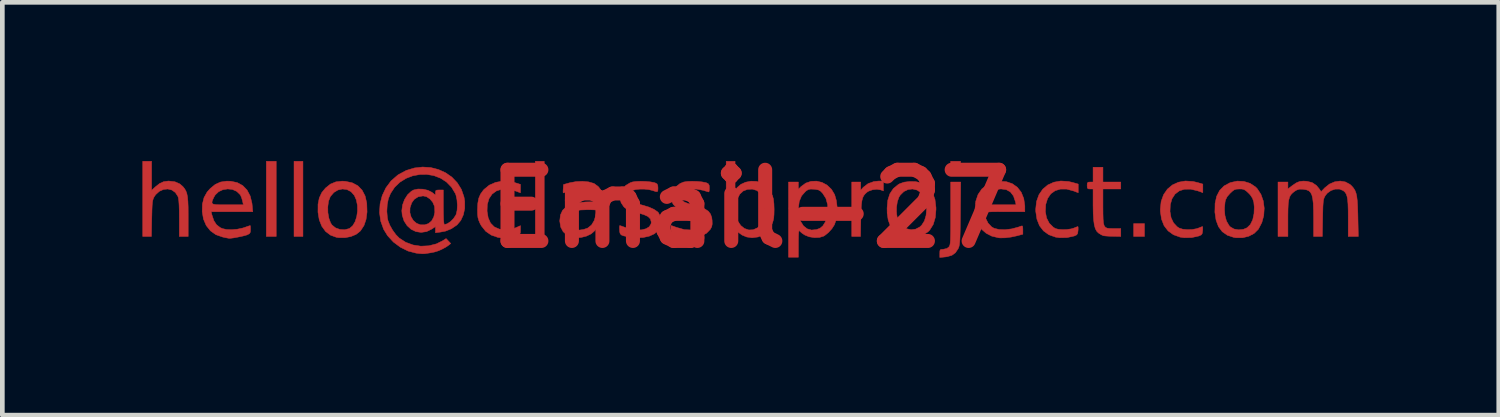
<source format=kicad_pcb>
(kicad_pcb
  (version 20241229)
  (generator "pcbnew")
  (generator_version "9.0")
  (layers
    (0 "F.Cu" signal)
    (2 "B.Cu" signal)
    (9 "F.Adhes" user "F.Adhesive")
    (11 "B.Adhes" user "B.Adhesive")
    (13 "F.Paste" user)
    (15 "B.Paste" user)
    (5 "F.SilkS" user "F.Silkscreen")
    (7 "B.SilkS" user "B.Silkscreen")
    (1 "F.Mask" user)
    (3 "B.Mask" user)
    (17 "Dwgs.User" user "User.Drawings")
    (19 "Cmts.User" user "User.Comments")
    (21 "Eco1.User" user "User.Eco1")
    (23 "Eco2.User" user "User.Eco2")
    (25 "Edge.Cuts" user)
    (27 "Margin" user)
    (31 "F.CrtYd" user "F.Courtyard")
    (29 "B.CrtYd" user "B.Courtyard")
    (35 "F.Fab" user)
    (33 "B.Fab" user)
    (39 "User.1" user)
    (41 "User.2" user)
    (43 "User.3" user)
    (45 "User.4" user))
  (footprint "Email-27"
    (layer "F.Cu")
    (at 13.001 1.418)
    (property "Reference" "Email-27" (at 0 0 0) (layer "F.Cu") (effects (font (size 1.524 1.524) (thickness 0.3))))
    (attr through_hole)
    (fp_poly (pts (xy -10.139 0.593) (xy -10.351 0.593) (xy -10.351 -1.016) (xy -10.139 -1.016) (xy -10.139 0.593)) (stroke (width 0.01) (type solid)) (fill yes) (layer "F.Cu"))
    (fp_poly (pts (xy -9.567 0.593) (xy -9.758 0.593) (xy -9.758 -1.016) (xy -9.567 -1.016) (xy -9.567 0.593)) (stroke (width 0.01) (type solid)) (fill yes) (layer "F.Cu"))
    (fp_poly (pts (xy -4.403 0.593) (xy -4.593 0.593) (xy -4.593 -1.016) (xy -4.403 -1.016) (xy -4.403 0.593)) (stroke (width 0.01) (type solid)) (fill yes) (layer "F.Cu"))
    (fp_poly (pts (xy 4.508 -0.762) (xy 4.297 -0.762) (xy 4.297 -1.016) (xy 4.508 -1.016) (xy 4.508 -0.762)) (stroke (width 0.01) (type solid)) (fill yes) (layer "F.Cu"))
    (fp_poly (pts (xy 8.445 0.593) (xy 8.213 0.593) (xy 8.213 0.318) (xy 8.445 0.318) (xy 8.445 0.593)) (stroke (width 0.01) (type solid)) (fill yes) (layer "F.Cu"))
    (fp_poly (pts (xy 2.857 -0.382) (xy 2.799 -0.404) (xy 2.719 -0.417) (xy 2.626 -0.407) (xy 2.541 -0.377) (xy 2.509 -0.357) (xy 2.468 -0.32) (xy 2.436 -0.281) (xy 2.413 -0.233) (xy 2.397 -0.17) (xy 2.386 -0.084) (xy 2.379 0.03) (xy 2.375 0.179) (xy 2.374 0.206) (xy 2.367 0.593) (xy 2.18 0.593) (xy 2.18 -0.572) (xy 2.371 -0.572) (xy 2.371 -0.398) (xy 2.43 -0.462) (xy 2.53 -0.538) (xy 2.652 -0.582) (xy 2.754 -0.593) (xy 2.857 -0.593) (xy 2.857 -0.382)) (stroke (width 0.01) (type solid)) (fill yes) (layer "F.Cu"))
    (fp_poly (pts (xy 4.505 0.101) (xy 4.503 0.289) (xy 4.501 0.439) (xy 4.498 0.557) (xy 4.495 0.648) (xy 4.49 0.715) (xy 4.484 0.765) (xy 4.477 0.802) (xy 4.467 0.831) (xy 4.456 0.856) (xy 4.398 0.942) (xy 4.323 0.996) (xy 4.222 1.026) (xy 4.184 1.031) (xy 4.064 1.043) (xy 4.064 0.955) (xy 4.066 0.9) (xy 4.079 0.875) (xy 4.113 0.868) (xy 4.137 0.868) (xy 4.216 0.85) (xy 4.254 0.822) (xy 4.266 0.807) (xy 4.275 0.789) (xy 4.283 0.763) (xy 4.288 0.725) (xy 4.292 0.669) (xy 4.294 0.591) (xy 4.296 0.486) (xy 4.297 0.351) (xy 4.297 0.179) (xy 4.297 0.102) (xy 4.297 -0.572) (xy 4.512 -0.572) (xy 4.505 0.101)) (stroke (width 0.01) (type solid)) (fill yes) (layer "F.Cu"))
    (fp_poly (pts (xy 7.556 -0.572) (xy 7.938 -0.572) (xy 7.938 -0.423) (xy 7.556 -0.423) (xy 7.556 -0.047) (xy 7.557 0.105) (xy 7.56 0.221) (xy 7.567 0.304) (xy 7.582 0.361) (xy 7.607 0.396) (xy 7.644 0.415) (xy 7.695 0.422) (xy 7.764 0.423) (xy 7.78 0.423) (xy 7.938 0.423) (xy 7.938 0.593) (xy 7.773 0.59) (xy 7.689 0.588) (xy 7.617 0.583) (xy 7.571 0.578) (xy 7.567 0.577) (xy 7.522 0.558) (xy 7.468 0.524) (xy 7.458 0.517) (xy 7.421 0.479) (xy 7.392 0.423) (xy 7.371 0.345) (xy 7.357 0.241) (xy 7.348 0.105) (xy 7.345 -0.067) (xy 7.345 -0.113) (xy 7.345 -0.423) (xy 7.281 -0.423) (xy 7.239 -0.427) (xy 7.221 -0.448) (xy 7.218 -0.497) (xy 7.221 -0.547) (xy 7.239 -0.568) (xy 7.281 -0.572) (xy 7.345 -0.572) (xy 7.345 -0.889) (xy 7.556 -0.889) (xy 7.556 -0.572)) (stroke (width 0.01) (type solid)) (fill yes) (layer "F.Cu"))
    (fp_poly (pts (xy -12.806 -0.394) (xy -12.726 -0.468) (xy -12.635 -0.54) (xy -12.547 -0.58) (xy -12.446 -0.593) (xy -12.438 -0.593) (xy -12.308 -0.578) (xy -12.203 -0.532) (xy -12.137 -0.475) (xy -12.101 -0.43) (xy -12.073 -0.383) (xy -12.052 -0.326) (xy -12.038 -0.254) (xy -12.029 -0.159) (xy -12.024 -0.038) (xy -12.023 0.119) (xy -12.023 0.177) (xy -12.023 0.593) (xy -12.213 0.593) (xy -12.213 0.2) (xy -12.214 0.041) (xy -12.218 -0.081) (xy -12.224 -0.17) (xy -12.233 -0.231) (xy -12.242 -0.262) (xy -12.297 -0.347) (xy -12.372 -0.401) (xy -12.46 -0.423) (xy -12.552 -0.413) (xy -12.641 -0.373) (xy -12.72 -0.301) (xy -12.752 -0.254) (xy -12.767 -0.223) (xy -12.779 -0.187) (xy -12.788 -0.14) (xy -12.794 -0.073) (xy -12.798 0.018) (xy -12.801 0.143) (xy -12.803 0.206) (xy -12.81 0.593) (xy -12.996 0.593) (xy -12.996 -1.016) (xy -12.806 -1.016) (xy -12.806 -0.394)) (stroke (width 0.01) (type solid)) (fill yes) (layer "F.Cu"))
    (fp_poly (pts (xy -5.138 -0.584) (xy -5.024 -0.557) (xy -4.911 -0.521) (xy -4.911 -0.342) (xy -5.027 -0.383) (xy -5.177 -0.419) (xy -5.311 -0.418) (xy -5.426 -0.382) (xy -5.518 -0.314) (xy -5.584 -0.217) (xy -5.621 -0.091) (xy -5.626 0.05) (xy -5.602 0.195) (xy -5.551 0.308) (xy -5.472 0.388) (xy -5.367 0.435) (xy -5.243 0.45) (xy -5.092 0.434) (xy -5.01 0.406) (xy -4.911 0.362) (xy -4.911 0.455) (xy -4.913 0.51) (xy -4.925 0.541) (xy -4.959 0.562) (xy -5.011 0.579) (xy -5.171 0.616) (xy -5.319 0.623) (xy -5.391 0.614) (xy -5.536 0.564) (xy -5.655 0.482) (xy -5.747 0.367) (xy -5.773 0.321) (xy -5.803 0.252) (xy -5.821 0.191) (xy -5.829 0.119) (xy -5.831 0.022) (xy -5.831 0.021) (xy -5.824 -0.117) (xy -5.804 -0.225) (xy -5.766 -0.314) (xy -5.706 -0.397) (xy -5.689 -0.415) (xy -5.579 -0.505) (xy -5.445 -0.564) (xy -5.296 -0.591) (xy -5.138 -0.584)) (stroke (width 0.01) (type solid)) (fill yes) (layer "F.Cu"))
    (fp_poly (pts (xy 9.484 -0.584) (xy 9.585 -0.56) (xy 9.694 -0.528) (xy 9.694 -0.345) (xy 9.583 -0.384) (xy 9.435 -0.419) (xy 9.302 -0.418) (xy 9.19 -0.383) (xy 9.099 -0.314) (xy 9.034 -0.214) (xy 8.998 -0.088) (xy 8.991 0.058) (xy 9.014 0.19) (xy 9.066 0.301) (xy 9.144 0.385) (xy 9.191 0.415) (xy 9.265 0.438) (xy 9.363 0.447) (xy 9.468 0.444) (xy 9.564 0.426) (xy 9.599 0.414) (xy 9.651 0.393) (xy 9.683 0.382) (xy 9.688 0.381) (xy 9.692 0.4) (xy 9.692 0.447) (xy 9.69 0.469) (xy 9.682 0.527) (xy 9.661 0.559) (xy 9.616 0.58) (xy 9.609 0.583) (xy 9.455 0.617) (xy 9.295 0.62) (xy 9.207 0.607) (xy 9.065 0.556) (xy 8.951 0.474) (xy 8.865 0.363) (xy 8.81 0.223) (xy 8.785 0.057) (xy 8.784 0.009) (xy 8.802 -0.157) (xy 8.854 -0.301) (xy 8.935 -0.419) (xy 9.042 -0.509) (xy 9.172 -0.568) (xy 9.32 -0.594) (xy 9.484 -0.584)) (stroke (width 0.01) (type solid)) (fill yes) (layer "F.Cu"))
    (fp_poly (pts (xy 6.817 -0.584) (xy 6.918 -0.56) (xy 7.027 -0.528) (xy 7.027 -0.343) (xy 6.921 -0.383) (xy 6.777 -0.421) (xy 6.647 -0.421) (xy 6.533 -0.387) (xy 6.44 -0.32) (xy 6.372 -0.221) (xy 6.332 -0.094) (xy 6.331 -0.086) (xy 6.324 0.064) (xy 6.349 0.197) (xy 6.407 0.31) (xy 6.494 0.396) (xy 6.538 0.423) (xy 6.6 0.44) (xy 6.687 0.447) (xy 6.784 0.444) (xy 6.875 0.431) (xy 6.932 0.414) (xy 6.984 0.393) (xy 7.016 0.382) (xy 7.021 0.381) (xy 7.025 0.4) (xy 7.025 0.447) (xy 7.023 0.469) (xy 7.015 0.527) (xy 6.994 0.559) (xy 6.949 0.58) (xy 6.942 0.583) (xy 6.788 0.617) (xy 6.628 0.62) (xy 6.54 0.607) (xy 6.398 0.556) (xy 6.284 0.474) (xy 6.198 0.363) (xy 6.143 0.223) (xy 6.118 0.057) (xy 6.117 0.009) (xy 6.135 -0.157) (xy 6.187 -0.301) (xy 6.268 -0.419) (xy 6.375 -0.509) (xy 6.505 -0.568) (xy 6.653 -0.594) (xy 6.817 -0.584)) (stroke (width 0.01) (type solid)) (fill yes) (layer "F.Cu"))
    (fp_poly (pts (xy 3.54 -0.581) (xy 3.652 -0.56) (xy 3.719 -0.534) (xy 3.829 -0.453) (xy 3.91 -0.342) (xy 3.961 -0.2) (xy 3.982 -0.029) (xy 3.983 0.011) (xy 3.968 0.187) (xy 3.924 0.335) (xy 3.85 0.454) (xy 3.812 0.493) (xy 3.696 0.57) (xy 3.561 0.614) (xy 3.417 0.622) (xy 3.351 0.613) (xy 3.23 0.576) (xy 3.132 0.514) (xy 3.063 0.444) (xy 2.999 0.349) (xy 2.959 0.238) (xy 2.939 0.101) (xy 2.938 0.089) (xy 3.137 0.089) (xy 3.153 0.187) (xy 3.199 0.295) (xy 3.269 0.376) (xy 3.355 0.428) (xy 3.449 0.449) (xy 3.545 0.437) (xy 3.636 0.39) (xy 3.676 0.353) (xy 3.735 0.26) (xy 3.77 0.143) (xy 3.782 0.013) (xy 3.769 -0.119) (xy 3.731 -0.242) (xy 3.722 -0.26) (xy 3.658 -0.347) (xy 3.575 -0.401) (xy 3.482 -0.423) (xy 3.386 -0.412) (xy 3.296 -0.369) (xy 3.219 -0.294) (xy 3.188 -0.244) (xy 3.155 -0.149) (xy 3.138 -0.032) (xy 3.137 0.089) (xy 2.938 0.089) (xy 2.936 -0.013) (xy 2.951 -0.181) (xy 2.995 -0.319) (xy 3.068 -0.43) (xy 3.172 -0.516) (xy 3.207 -0.536) (xy 3.301 -0.569) (xy 3.417 -0.583) (xy 3.54 -0.581)) (stroke (width 0.01) (type solid)) (fill yes) (layer "F.Cu"))
    (fp_poly (pts (xy -8.66 -0.587) (xy -8.513 -0.556) (xy -8.393 -0.493) (xy -8.301 -0.398) (xy -8.236 -0.273) (xy -8.201 -0.119) (xy -8.195 0.063) (xy -8.195 0.07) (xy -8.216 0.228) (xy -8.26 0.358) (xy -8.332 0.468) (xy -8.347 0.484) (xy -8.43 0.549) (xy -8.541 0.595) (xy -8.667 0.619) (xy -8.797 0.619) (xy -8.848 0.612) (xy -8.975 0.566) (xy -9.081 0.487) (xy -9.163 0.375) (xy -9.218 0.237) (xy -9.245 0.073) (xy -9.245 0.067) (xy -9.244 -0.044) (xy -9.035 -0.044) (xy -9.033 0.082) (xy -9.012 0.202) (xy -8.974 0.305) (xy -8.946 0.347) (xy -8.872 0.408) (xy -8.776 0.443) (xy -8.673 0.449) (xy -8.575 0.424) (xy -8.568 0.42) (xy -8.502 0.364) (xy -8.451 0.278) (xy -8.416 0.17) (xy -8.399 0.05) (xy -8.401 -0.073) (xy -8.424 -0.188) (xy -8.467 -0.286) (xy -8.537 -0.365) (xy -8.625 -0.411) (xy -8.721 -0.423) (xy -8.817 -0.402) (xy -8.905 -0.349) (xy -8.978 -0.264) (xy -8.982 -0.258) (xy -9.019 -0.162) (xy -9.035 -0.044) (xy -9.244 -0.044) (xy -9.244 -0.097) (xy -9.217 -0.232) (xy -9.163 -0.347) (xy -9.084 -0.443) (xy -8.978 -0.528) (xy -8.861 -0.576) (xy -8.726 -0.591) (xy -8.66 -0.587)) (stroke (width 0.01) (type solid)) (fill yes) (layer "F.Cu"))
    (fp_poly (pts (xy -0.318 -0.396) (xy -0.272 -0.455) (xy -0.194 -0.522) (xy -0.092 -0.568) (xy 0.024 -0.59) (xy 0.139 -0.586) (xy 0.218 -0.564) (xy 0.284 -0.522) (xy 0.357 -0.455) (xy 0.425 -0.374) (xy 0.476 -0.292) (xy 0.483 -0.278) (xy 0.503 -0.209) (xy 0.514 -0.108) (xy 0.518 0.011) (xy 0.516 0.118) (xy 0.51 0.196) (xy 0.497 0.258) (xy 0.476 0.317) (xy 0.47 0.331) (xy 0.393 0.456) (xy 0.295 0.548) (xy 0.179 0.603) (xy 0.048 0.621) (xy -0.07 0.604) (xy -0.168 0.563) (xy -0.245 0.507) (xy -0.318 0.436) (xy -0.318 0.593) (xy -0.508 0.593) (xy -0.508 0.028) (xy -0.311 0.028) (xy -0.298 0.151) (xy -0.258 0.268) (xy -0.195 0.36) (xy -0.116 0.423) (xy -0.025 0.454) (xy 0.07 0.45) (xy 0.164 0.407) (xy 0.169 0.404) (xy 0.238 0.331) (xy 0.287 0.233) (xy 0.315 0.119) (xy 0.322 -0.003) (xy 0.31 -0.123) (xy 0.277 -0.234) (xy 0.225 -0.325) (xy 0.154 -0.388) (xy 0.147 -0.392) (xy 0.052 -0.42) (xy -0.052 -0.415) (xy -0.144 -0.38) (xy -0.215 -0.314) (xy -0.268 -0.218) (xy -0.301 -0.101) (xy -0.311 0.028) (xy -0.508 0.028) (xy -0.508 -1.016) (xy -0.318 -1.016) (xy -0.318 -0.396)) (stroke (width 0.01) (type solid)) (fill yes) (layer "F.Cu"))
    (fp_poly (pts (xy 10.573 -0.585) (xy 10.705 -0.544) (xy 10.819 -0.469) (xy 10.859 -0.429) (xy 10.938 -0.308) (xy 10.988 -0.166) (xy 11.008 -0.012) (xy 10.998 0.145) (xy 10.957 0.296) (xy 10.886 0.432) (xy 10.878 0.443) (xy 10.792 0.528) (xy 10.678 0.588) (xy 10.547 0.62) (xy 10.407 0.621) (xy 10.357 0.613) (xy 10.219 0.567) (xy 10.11 0.491) (xy 10.029 0.383) (xy 9.977 0.244) (xy 9.952 0.073) (xy 9.952 0.07) (xy 9.954 0.003) (xy 10.156 0.003) (xy 10.167 0.143) (xy 10.2 0.264) (xy 10.255 0.359) (xy 10.283 0.389) (xy 10.363 0.434) (xy 10.46 0.451) (xy 10.56 0.441) (xy 10.641 0.407) (xy 10.712 0.337) (xy 10.762 0.235) (xy 10.789 0.108) (xy 10.79 0.096) (xy 10.795 -0.038) (xy 10.785 -0.141) (xy 10.758 -0.223) (xy 10.71 -0.296) (xy 10.678 -0.33) (xy 10.622 -0.382) (xy 10.579 -0.41) (xy 10.532 -0.422) (xy 10.477 -0.423) (xy 10.415 -0.42) (xy 10.369 -0.407) (xy 10.325 -0.375) (xy 10.278 -0.331) (xy 10.215 -0.259) (xy 10.181 -0.191) (xy 10.17 -0.146) (xy 10.156 0.003) (xy 9.954 0.003) (xy 9.956 -0.114) (xy 9.99 -0.268) (xy 10.054 -0.392) (xy 10.148 -0.488) (xy 10.272 -0.555) (xy 10.288 -0.561) (xy 10.431 -0.592) (xy 10.573 -0.585)) (stroke (width 0.01) (type solid)) (fill yes) (layer "F.Cu"))
    (fp_poly (pts (xy 1.545 -0.563) (xy 1.653 -0.504) (xy 1.745 -0.416) (xy 1.814 -0.301) (xy 1.815 -0.296) (xy 1.849 -0.179) (xy 1.866 -0.043) (xy 1.864 0.099) (xy 1.846 0.231) (xy 1.81 0.34) (xy 1.807 0.345) (xy 1.753 0.429) (xy 1.679 0.51) (xy 1.602 0.572) (xy 1.579 0.586) (xy 1.488 0.614) (xy 1.379 0.618) (xy 1.268 0.6) (xy 1.176 0.563) (xy 1.117 0.524) (xy 1.073 0.486) (xy 1.06 0.471) (xy 1.051 0.469) (xy 1.044 0.503) (xy 1.04 0.573) (xy 1.038 0.683) (xy 1.038 0.736) (xy 1.037 1.037) (xy 0.826 1.037) (xy 0.826 0.002) (xy 1.038 0.002) (xy 1.05 0.152) (xy 1.088 0.274) (xy 1.147 0.368) (xy 1.224 0.429) (xy 1.318 0.456) (xy 1.424 0.446) (xy 1.499 0.418) (xy 1.56 0.368) (xy 1.612 0.285) (xy 1.649 0.18) (xy 1.667 0.073) (xy 1.664 -0.086) (xy 1.627 -0.221) (xy 1.557 -0.331) (xy 1.511 -0.378) (xy 1.466 -0.403) (xy 1.404 -0.415) (xy 1.374 -0.418) (xy 1.302 -0.421) (xy 1.254 -0.413) (xy 1.211 -0.388) (xy 1.187 -0.368) (xy 1.105 -0.275) (xy 1.056 -0.158) (xy 1.038 -0.014) (xy 1.038 0.002) (xy 0.826 0.002) (xy 0.826 -0.572) (xy 1.037 -0.572) (xy 1.037 -0.418) (xy 1.095 -0.475) (xy 1.196 -0.549) (xy 1.309 -0.587) (xy 1.428 -0.591) (xy 1.545 -0.563)) (stroke (width 0.01) (type solid)) (fill yes) (layer "F.Cu"))
    (fp_poly (pts (xy -11.115 -0.589) (xy -10.974 -0.56) (xy -10.856 -0.496) (xy -10.763 -0.4) (xy -10.696 -0.273) (xy -10.658 -0.118) (xy -10.654 -0.079) (xy -10.641 0.064) (xy -11.531 0.064) (xy -11.515 0.132) (xy -11.474 0.254) (xy -11.417 0.342) (xy -11.337 0.404) (xy -11.292 0.424) (xy -11.205 0.444) (xy -11.094 0.448) (xy -10.973 0.438) (xy -10.859 0.414) (xy -10.827 0.404) (xy -10.761 0.381) (xy -10.713 0.365) (xy -10.695 0.36) (xy -10.691 0.379) (xy -10.689 0.426) (xy -10.689 0.444) (xy -10.693 0.501) (xy -10.713 0.533) (xy -10.759 0.558) (xy -10.761 0.559) (xy -10.811 0.574) (xy -10.885 0.592) (xy -10.97 0.609) (xy -11.052 0.624) (xy -11.117 0.632) (xy -11.148 0.633) (xy -11.177 0.628) (xy -11.233 0.617) (xy -11.287 0.605) (xy -11.43 0.555) (xy -11.547 0.472) (xy -11.637 0.359) (xy -11.696 0.221) (xy -11.723 0.061) (xy -11.719 -0.101) (xy -11.707 -0.146) (xy -11.514 -0.146) (xy -11.511 -0.117) (xy -11.487 -0.099) (xy -11.437 -0.089) (xy -11.356 -0.085) (xy -11.239 -0.085) (xy -11.178 -0.085) (xy -10.842 -0.085) (xy -10.861 -0.172) (xy -10.881 -0.239) (xy -10.905 -0.293) (xy -10.911 -0.302) (xy -10.984 -0.372) (xy -11.076 -0.413) (xy -11.178 -0.424) (xy -11.28 -0.408) (xy -11.372 -0.365) (xy -11.445 -0.295) (xy -11.473 -0.247) (xy -11.5 -0.189) (xy -11.514 -0.146) (xy -11.707 -0.146) (xy -11.684 -0.239) (xy -11.617 -0.359) (xy -11.549 -0.435) (xy -11.442 -0.522) (xy -11.329 -0.572) (xy -11.201 -0.591) (xy -11.115 -0.589)) (stroke (width 0.01) (type solid)) (fill yes) (layer "F.Cu"))
    (fp_poly (pts (xy 5.486 -0.58) (xy 5.616 -0.536) (xy 5.724 -0.459) (xy 5.807 -0.353) (xy 5.861 -0.22) (xy 5.884 -0.065) (xy 5.884 -0.039) (xy 5.884 0.064) (xy 5.45 0.064) (xy 5.301 0.063) (xy 5.188 0.064) (xy 5.109 0.068) (xy 5.057 0.075) (xy 5.029 0.088) (xy 5.019 0.108) (xy 5.023 0.137) (xy 5.035 0.175) (xy 5.041 0.193) (xy 5.097 0.307) (xy 5.173 0.388) (xy 5.226 0.418) (xy 5.331 0.444) (xy 5.46 0.448) (xy 5.602 0.431) (xy 5.745 0.393) (xy 5.805 0.371) (xy 5.828 0.367) (xy 5.839 0.386) (xy 5.842 0.437) (xy 5.842 0.45) (xy 5.842 0.545) (xy 5.72 0.578) (xy 5.591 0.606) (xy 5.464 0.622) (xy 5.356 0.624) (xy 5.323 0.621) (xy 5.176 0.586) (xy 5.056 0.524) (xy 4.968 0.448) (xy 4.896 0.358) (xy 4.85 0.267) (xy 4.825 0.162) (xy 4.817 0.031) (xy 4.817 0.011) (xy 4.829 -0.108) (xy 5.023 -0.108) (xy 5.033 -0.098) (xy 5.06 -0.091) (xy 5.109 -0.087) (xy 5.186 -0.085) (xy 5.298 -0.085) (xy 5.355 -0.085) (xy 5.697 -0.085) (xy 5.682 -0.153) (xy 5.641 -0.274) (xy 5.576 -0.359) (xy 5.487 -0.409) (xy 5.375 -0.424) (xy 5.282 -0.414) (xy 5.206 -0.385) (xy 5.133 -0.334) (xy 5.075 -0.271) (xy 5.049 -0.217) (xy 5.035 -0.159) (xy 5.025 -0.122) (xy 5.023 -0.108) (xy 4.829 -0.108) (xy 4.834 -0.16) (xy 4.883 -0.305) (xy 4.963 -0.422) (xy 5.071 -0.51) (xy 5.207 -0.566) (xy 5.337 -0.588) (xy 5.486 -0.58)) (stroke (width 0.01) (type solid)) (fill yes) (layer "F.Cu"))
    (fp_poly (pts (xy -2.233 -0.585) (xy -2.13 -0.575) (xy -2.049 -0.56) (xy -2.027 -0.553) (xy -1.988 -0.532) (xy -1.972 -0.498) (xy -1.968 -0.445) (xy -1.97 -0.392) (xy -1.981 -0.367) (xy -2.011 -0.367) (xy -2.07 -0.386) (xy -2.085 -0.391) (xy -2.163 -0.41) (xy -2.258 -0.42) (xy -2.356 -0.42) (xy -2.442 -0.412) (xy -2.497 -0.396) (xy -2.553 -0.35) (xy -2.586 -0.288) (xy -2.588 -0.23) (xy -2.564 -0.187) (xy -2.512 -0.149) (xy -2.428 -0.114) (xy -2.315 -0.081) (xy -2.166 -0.037) (xy -2.055 0.012) (xy -1.976 0.066) (xy -1.958 0.085) (xy -1.928 0.144) (xy -1.914 0.226) (xy -1.915 0.318) (xy -1.933 0.403) (xy -1.96 0.459) (xy -2.041 0.534) (xy -2.153 0.586) (xy -2.289 0.616) (xy -2.443 0.619) (xy -2.523 0.611) (xy -2.631 0.595) (xy -2.704 0.58) (xy -2.75 0.562) (xy -2.775 0.537) (xy -2.786 0.501) (xy -2.79 0.459) (xy -2.792 0.401) (xy -2.789 0.365) (xy -2.785 0.36) (xy -2.761 0.367) (xy -2.711 0.385) (xy -2.673 0.399) (xy -2.545 0.438) (xy -2.422 0.455) (xy -2.313 0.451) (xy -2.221 0.427) (xy -2.154 0.385) (xy -2.117 0.325) (xy -2.111 0.287) (xy -2.129 0.219) (xy -2.183 0.165) (xy -2.276 0.123) (xy -2.306 0.115) (xy -2.434 0.078) (xy -2.529 0.049) (xy -2.597 0.024) (xy -2.645 0.001) (xy -2.679 -0.024) (xy -2.699 -0.042) (xy -2.758 -0.131) (xy -2.781 -0.229) (xy -2.77 -0.328) (xy -2.728 -0.42) (xy -2.658 -0.499) (xy -2.561 -0.557) (xy -2.515 -0.573) (xy -2.441 -0.584) (xy -2.341 -0.588) (xy -2.233 -0.585)) (stroke (width 0.01) (type solid)) (fill yes) (layer "F.Cu"))
    (fp_poly (pts (xy 12.745 -0.574) (xy 12.844 -0.521) (xy 12.884 -0.484) (xy 12.922 -0.439) (xy 12.951 -0.391) (xy 12.973 -0.334) (xy 12.989 -0.262) (xy 13 -0.168) (xy 13.007 -0.047) (xy 13.012 0.109) (xy 13.013 0.164) (xy 13.022 0.593) (xy 12.806 0.593) (xy 12.806 0.19) (xy 12.805 0.026) (xy 12.801 -0.1) (xy 12.793 -0.196) (xy 12.78 -0.267) (xy 12.761 -0.319) (xy 12.735 -0.357) (xy 12.701 -0.387) (xy 12.698 -0.389) (xy 12.618 -0.421) (xy 12.527 -0.42) (xy 12.436 -0.39) (xy 12.357 -0.333) (xy 12.317 -0.283) (xy 12.299 -0.252) (xy 12.286 -0.22) (xy 12.276 -0.181) (xy 12.27 -0.128) (xy 12.265 -0.053) (xy 12.262 0.05) (xy 12.259 0.189) (xy 12.259 0.196) (xy 12.252 0.593) (xy 12.065 0.593) (xy 12.065 0.206) (xy 12.063 0.029) (xy 12.058 -0.111) (xy 12.046 -0.217) (xy 12.027 -0.296) (xy 11.999 -0.35) (xy 11.961 -0.386) (xy 11.909 -0.406) (xy 11.844 -0.417) (xy 11.838 -0.418) (xy 11.762 -0.419) (xy 11.704 -0.401) (xy 11.665 -0.378) (xy 11.616 -0.34) (xy 11.579 -0.301) (xy 11.552 -0.253) (xy 11.534 -0.19) (xy 11.522 -0.106) (xy 11.517 0.005) (xy 11.515 0.151) (xy 11.515 0.206) (xy 11.515 0.593) (xy 11.303 0.593) (xy 11.303 -0.572) (xy 11.515 -0.572) (xy 11.515 -0.424) (xy 11.612 -0.498) (xy 11.694 -0.554) (xy 11.767 -0.584) (xy 11.847 -0.592) (xy 11.92 -0.588) (xy 12.034 -0.56) (xy 12.126 -0.498) (xy 12.182 -0.43) (xy 12.226 -0.366) (xy 12.303 -0.447) (xy 12.405 -0.529) (xy 12.518 -0.577) (xy 12.634 -0.593) (xy 12.745 -0.574)) (stroke (width 0.01) (type solid)) (fill yes) (layer "F.Cu"))
    (fp_poly (pts (xy -3.454 -0.575) (xy -3.346 -0.544) (xy -3.332 -0.538) (xy -3.243 -0.472) (xy -3.17 -0.375) (xy -3.121 -0.256) (xy -3.112 -0.214) (xy -3.104 -0.153) (xy -3.098 -0.06) (xy -3.093 0.054) (xy -3.091 0.18) (xy -3.09 0.246) (xy -3.09 0.593) (xy -3.281 0.593) (xy -3.281 0.418) (xy -3.323 0.472) (xy -3.398 0.537) (xy -3.5 0.586) (xy -3.616 0.615) (xy -3.734 0.621) (xy -3.795 0.612) (xy -3.911 0.566) (xy -3.997 0.492) (xy -4.05 0.392) (xy -4.07 0.266) (xy -4.07 0.252) (xy -4.069 0.249) (xy -3.873 0.249) (xy -3.854 0.33) (xy -3.803 0.4) (xy -3.732 0.446) (xy -3.715 0.451) (xy -3.644 0.456) (xy -3.558 0.443) (xy -3.478 0.416) (xy -3.468 0.411) (xy -3.39 0.348) (xy -3.332 0.251) (xy -3.302 0.147) (xy -3.29 0.084) (xy -3.282 0.04) (xy -3.281 0.029) (xy -3.3 0.026) (xy -3.353 0.023) (xy -3.43 0.021) (xy -3.483 0.021) (xy -3.625 0.026) (xy -3.73 0.044) (xy -3.804 0.076) (xy -3.849 0.125) (xy -3.87 0.194) (xy -3.873 0.249) (xy -4.069 0.249) (xy -4.055 0.133) (xy -4.011 0.036) (xy -3.937 -0.038) (xy -3.831 -0.093) (xy -3.691 -0.128) (xy -3.514 -0.146) (xy -3.415 -0.148) (xy -3.285 -0.148) (xy -3.302 -0.223) (xy -3.32 -0.281) (xy -3.341 -0.324) (xy -3.343 -0.327) (xy -3.411 -0.378) (xy -3.507 -0.41) (xy -3.622 -0.421) (xy -3.747 -0.412) (xy -3.868 -0.381) (xy -3.933 -0.359) (xy -3.979 -0.343) (xy -3.996 -0.339) (xy -3.999 -0.357) (xy -3.998 -0.405) (xy -3.996 -0.428) (xy -3.99 -0.518) (xy -3.852 -0.557) (xy -3.721 -0.581) (xy -3.583 -0.587) (xy -3.454 -0.575)) (stroke (width 0.01) (type solid)) (fill yes) (layer "F.Cu"))
    (fp_poly (pts (xy -1.131 -0.585) (xy -1.027 -0.575) (xy -0.946 -0.56) (xy -0.926 -0.553) (xy -0.888 -0.532) (xy -0.871 -0.498) (xy -0.868 -0.445) (xy -0.87 -0.392) (xy -0.877 -0.362) (xy -0.88 -0.36) (xy -0.905 -0.366) (xy -0.957 -0.381) (xy -0.996 -0.394) (xy -1.133 -0.419) (xy -1.247 -0.42) (xy -1.355 -0.407) (xy -1.427 -0.379) (xy -1.468 -0.335) (xy -1.482 -0.27) (xy -1.482 -0.262) (xy -1.474 -0.212) (xy -1.447 -0.173) (xy -1.394 -0.139) (xy -1.311 -0.108) (xy -1.214 -0.081) (xy -1.071 -0.04) (xy -0.965 0.004) (xy -0.89 0.053) (xy -0.843 0.114) (xy -0.817 0.188) (xy -0.809 0.25) (xy -0.807 0.328) (xy -0.818 0.384) (xy -0.845 0.436) (xy -0.85 0.443) (xy -0.93 0.525) (xy -1.041 0.582) (xy -1.177 0.615) (xy -1.333 0.62) (xy -1.422 0.611) (xy -1.531 0.595) (xy -1.604 0.58) (xy -1.649 0.562) (xy -1.674 0.537) (xy -1.685 0.501) (xy -1.689 0.459) (xy -1.691 0.401) (xy -1.688 0.365) (xy -1.685 0.36) (xy -1.66 0.367) (xy -1.61 0.385) (xy -1.572 0.399) (xy -1.402 0.447) (xy -1.242 0.455) (xy -1.172 0.444) (xy -1.084 0.411) (xy -1.027 0.36) (xy -1.002 0.3) (xy -1.011 0.237) (xy -1.054 0.181) (xy -1.129 0.14) (xy -1.195 0.118) (xy -1.282 0.091) (xy -1.373 0.064) (xy -1.374 0.063) (xy -1.485 0.025) (xy -1.564 -0.02) (xy -1.602 -0.053) (xy -1.642 -0.097) (xy -1.663 -0.137) (xy -1.671 -0.191) (xy -1.672 -0.251) (xy -1.67 -0.326) (xy -1.659 -0.376) (xy -1.632 -0.419) (xy -1.593 -0.463) (xy -1.495 -0.54) (xy -1.418 -0.572) (xy -1.341 -0.584) (xy -1.24 -0.588) (xy -1.131 -0.585)) (stroke (width 0.01) (type solid)) (fill yes) (layer "F.Cu"))
    (fp_poly (pts (xy -6.833 -0.882) (xy -6.668 -0.84) (xy -6.515 -0.771) (xy -6.378 -0.676) (xy -6.264 -0.556) (xy -6.176 -0.415) (xy -6.12 -0.253) (xy -6.104 -0.156) (xy -6.104 -0.01) (xy -6.133 0.128) (xy -6.188 0.249) (xy -6.265 0.341) (xy -6.272 0.348) (xy -6.39 0.428) (xy -6.513 0.478) (xy -6.622 0.499) (xy -6.731 0.513) (xy -6.731 0.382) (xy -6.806 0.433) (xy -6.921 0.489) (xy -7.037 0.506) (xy -7.149 0.489) (xy -7.251 0.44) (xy -7.337 0.362) (xy -7.403 0.261) (xy -7.442 0.138) (xy -7.447 0.082) (xy -7.278 0.082) (xy -7.252 0.175) (xy -7.203 0.254) (xy -7.135 0.312) (xy -7.052 0.344) (xy -6.959 0.344) (xy -6.879 0.317) (xy -6.813 0.261) (xy -6.767 0.177) (xy -6.744 0.074) (xy -6.749 -0.035) (xy -6.752 -0.054) (xy -6.789 -0.14) (xy -6.85 -0.211) (xy -6.925 -0.26) (xy -6.996 -0.275) (xy -7.102 -0.256) (xy -7.186 -0.201) (xy -7.239 -0.127) (xy -7.275 -0.021) (xy -7.278 0.082) (xy -7.447 0.082) (xy -7.451 0.042) (xy -7.435 -0.081) (xy -7.392 -0.198) (xy -7.327 -0.3) (xy -7.246 -0.375) (xy -7.198 -0.402) (xy -7.105 -0.422) (xy -6.997 -0.419) (xy -6.892 -0.395) (xy -6.808 -0.353) (xy -6.807 -0.352) (xy -6.731 -0.294) (xy -6.731 -0.348) (xy -6.727 -0.383) (xy -6.705 -0.398) (xy -6.655 -0.402) (xy -6.646 -0.402) (xy -6.562 -0.402) (xy -6.562 -0.032) (xy -6.56 0.122) (xy -6.557 0.235) (xy -6.55 0.307) (xy -6.542 0.338) (xy -6.539 0.339) (xy -6.478 0.321) (xy -6.41 0.276) (xy -6.345 0.212) (xy -6.297 0.14) (xy -6.286 0.116) (xy -6.267 0.03) (xy -6.262 -0.078) (xy -6.27 -0.191) (xy -6.291 -0.289) (xy -6.302 -0.321) (xy -6.386 -0.461) (xy -6.494 -0.572) (xy -6.621 -0.654) (xy -6.763 -0.709) (xy -6.913 -0.735) (xy -7.066 -0.733) (xy -7.218 -0.705) (xy -7.361 -0.65) (xy -7.492 -0.568) (xy -7.604 -0.461) (xy -7.692 -0.328) (xy -7.738 -0.216) (xy -7.763 -0.089) (xy -7.771 0.055) (xy -7.76 0.194) (xy -7.746 0.256) (xy -7.709 0.35) (xy -7.65 0.455) (xy -7.579 0.553) (xy -7.507 0.627) (xy -7.369 0.717) (xy -7.212 0.775) (xy -7.044 0.801) (xy -6.874 0.793) (xy -6.711 0.752) (xy -6.58 0.687) (xy -6.503 0.638) (xy -6.453 0.691) (xy -6.403 0.744) (xy -6.456 0.786) (xy -6.506 0.82) (xy -6.576 0.858) (xy -6.615 0.877) (xy -6.68 0.904) (xy -6.747 0.925) (xy -6.83 0.942) (xy -6.941 0.959) (xy -6.964 0.962) (xy -7.014 0.963) (xy -7.086 0.957) (xy -7.144 0.95) (xy -7.317 0.905) (xy -7.482 0.823) (xy -7.631 0.712) (xy -7.756 0.576) (xy -7.84 0.439) (xy -7.903 0.263) (xy -7.928 0.08) (xy -7.916 -0.104) (xy -7.87 -0.282) (xy -7.791 -0.448) (xy -7.681 -0.596) (xy -7.541 -0.718) (xy -7.523 -0.73) (xy -7.356 -0.82) (xy -7.182 -0.873) (xy -7.006 -0.893) (xy -6.833 -0.882)) (stroke (width 0.01) (type solid)) (fill yes) (layer "F.Cu")))
  (gr_rect
    (start -3 -3)
    (end 29.029 5.836)
    (stroke (width 0.1) (type default))
    (fill no)
    (layer "Edge.Cuts")))
</source>
